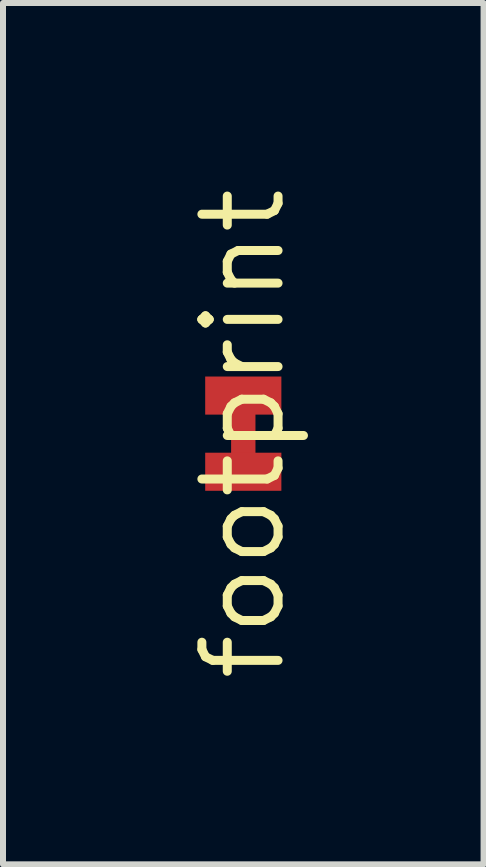
<source format=kicad_pcb>
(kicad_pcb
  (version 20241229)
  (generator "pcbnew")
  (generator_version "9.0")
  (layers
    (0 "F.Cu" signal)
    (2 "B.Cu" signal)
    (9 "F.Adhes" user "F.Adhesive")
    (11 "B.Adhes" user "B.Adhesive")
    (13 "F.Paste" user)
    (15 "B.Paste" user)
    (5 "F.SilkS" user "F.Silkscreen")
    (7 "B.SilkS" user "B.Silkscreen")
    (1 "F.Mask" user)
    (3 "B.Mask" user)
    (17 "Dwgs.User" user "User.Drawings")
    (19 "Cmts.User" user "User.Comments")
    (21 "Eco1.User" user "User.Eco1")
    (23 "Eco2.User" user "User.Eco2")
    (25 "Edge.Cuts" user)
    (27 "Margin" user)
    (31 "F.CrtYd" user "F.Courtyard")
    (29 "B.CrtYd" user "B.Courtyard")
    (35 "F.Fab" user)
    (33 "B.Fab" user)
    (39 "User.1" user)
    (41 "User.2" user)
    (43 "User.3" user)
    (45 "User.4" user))
  (footprint "footprint"
    (layer "F.Cu")
    (at 1.006 4.18)
    (property "Reference" "footprint" (at 0 0 90) (layer "F.SilkS") (effects (font (size 1.27 1.27) (thickness 0.15))))
    (fp_line (start 0 -0.635) (end 0 0.635) (stroke (width 0.406) (type solid)) (layer "F.Cu"))
    (pad "P$1" smd rect (at 0 -0.635) (size 1.27 0.635) (layers "F.Cu"))
    (pad "P$2" smd rect (at 0 0.635) (size 1.27 0.635) (layers "F.Cu")))
  (gr_rect
    (start -3 -3)
    (end 5.012 11.36)
    (stroke (width 0.1) (type default))
    (fill no)
    (layer "Edge.Cuts")))
</source>
